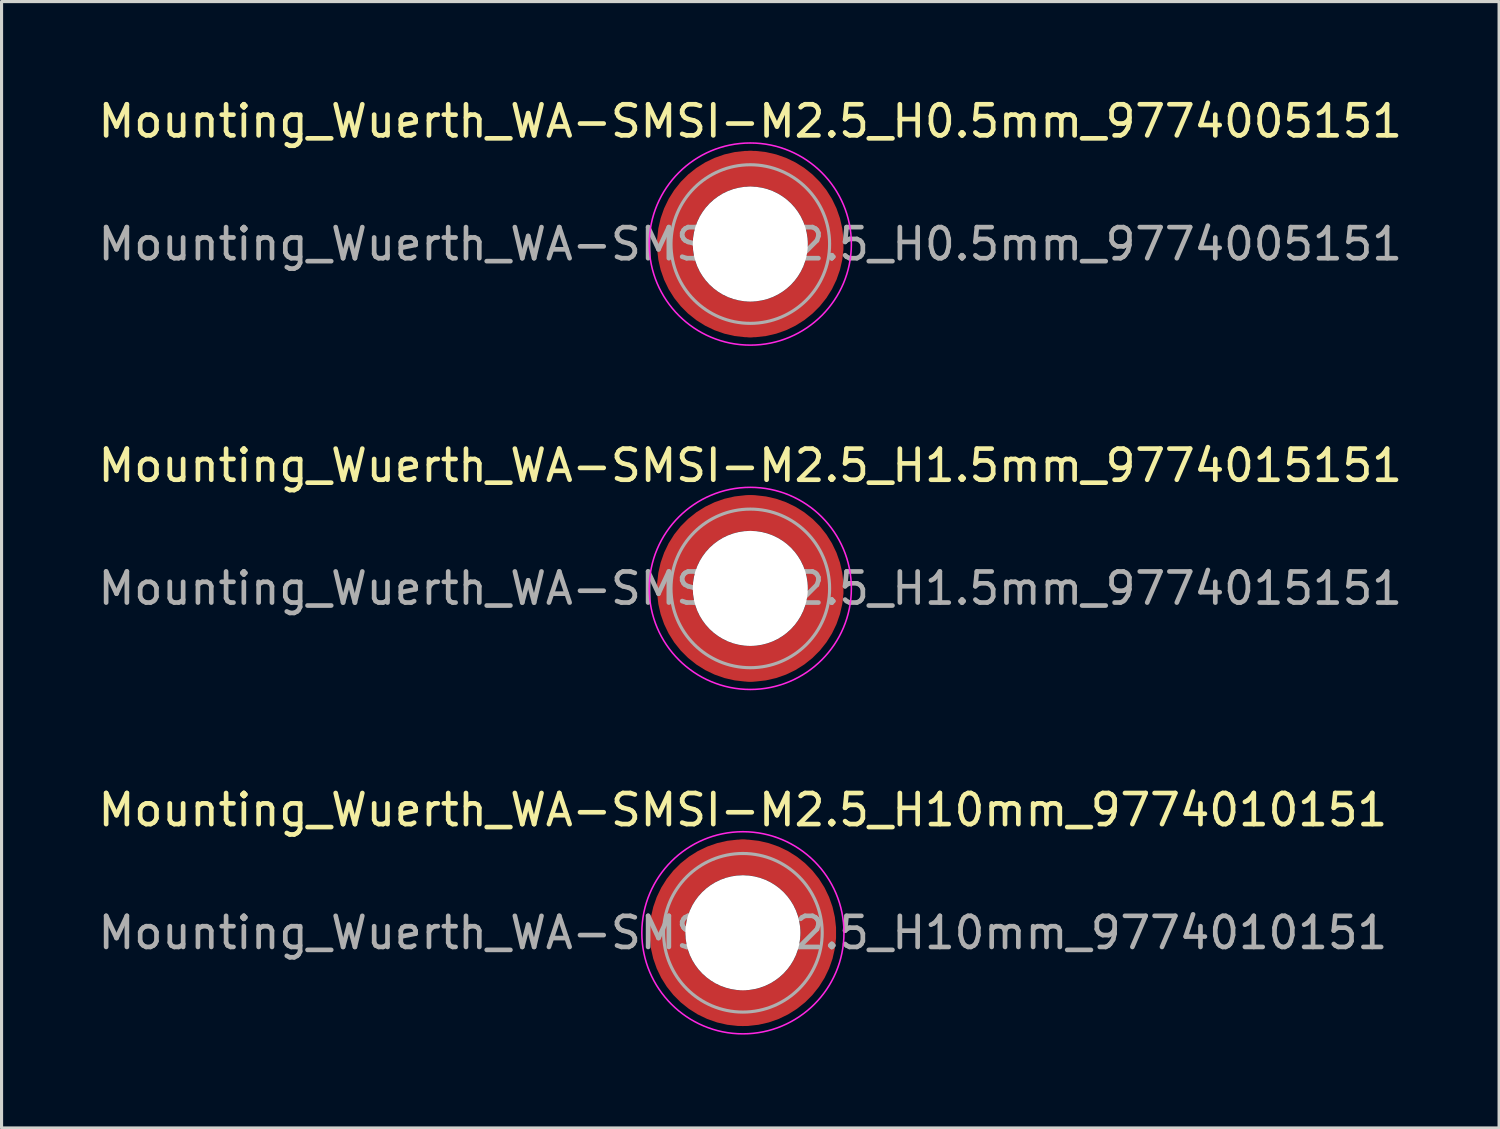
<source format=kicad_pcb>
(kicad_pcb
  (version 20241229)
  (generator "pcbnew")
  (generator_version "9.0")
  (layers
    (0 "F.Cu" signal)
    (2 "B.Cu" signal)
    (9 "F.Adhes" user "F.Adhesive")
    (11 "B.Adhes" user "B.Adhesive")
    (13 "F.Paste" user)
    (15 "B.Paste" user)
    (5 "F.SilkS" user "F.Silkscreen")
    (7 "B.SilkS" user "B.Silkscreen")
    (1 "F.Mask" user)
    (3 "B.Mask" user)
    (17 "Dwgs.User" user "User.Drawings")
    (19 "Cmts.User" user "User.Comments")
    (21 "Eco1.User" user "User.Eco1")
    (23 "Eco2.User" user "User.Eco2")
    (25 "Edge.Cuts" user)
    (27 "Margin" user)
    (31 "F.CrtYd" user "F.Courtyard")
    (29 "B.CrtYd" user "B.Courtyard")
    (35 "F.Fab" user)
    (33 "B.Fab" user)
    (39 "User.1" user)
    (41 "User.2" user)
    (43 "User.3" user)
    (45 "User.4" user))
  (footprint "Mounting_Wuerth_WA-SMSI-M2.5_H10mm_9774010151"
    (layer "F.Cu")
    (at 20.839 26.945)
    (property "Reference" "Mounting_Wuerth_WA-SMSI-M2.5_H10mm_9774010151" (at 0 -3.95 0) (layer "F.SilkS") (effects (font (size 1 1) (thickness 0.15))))
    (attr smd)
    (fp_circle (center 0 0) (end 3.25 0) (stroke (width 0.05) (type solid)) (fill no) (layer "F.CrtYd"))
    (fp_circle (center 0 0) (end 2.55 0) (stroke (width 0.1) (type solid)) (fill no) (layer "F.Fab"))
    (fp_text user "${REFERENCE}" (at 0 0 0) (layer "F.Fab") (effects (font (size 1 1) (thickness 0.15))))
    (pad "" smd custom (at -1.704 -1.704) (size 0.51 0.51) (layers "F.Paste") (options (anchor circle)) (primitives (gr_arc (start -0.250195 1.279127) (mid 0.289914 0.289914) (end 1.279127 -0.250195) (width 0.2)) (gr_arc (start -0.34334 1.279127) (mid 0.225488 0.225488) (end 1.279127 -0.34334) (width 0.2)) (gr_arc (start -0.436309 1.279127) (mid 0.161063 0.161063) (end 1.279127 -0.436309) (width 0.2)) (gr_arc (start -0.529126 1.279127) (mid 0.096638 0.096638) (end 1.279127 -0.529126) (width 0.2)) (gr_arc (start -0.621807 1.279127) (mid 0.032213 0.032213) (end 1.279127 -0.621807) (width 0.2)) (gr_arc (start -0.71437 1.279127) (mid -0.032213 -0.032213) (end 1.279127 -0.71437) (width 0.2)) (gr_arc (start -0.806826 1.279127) (mid -0.096638 -0.096638) (end 1.279127 -0.806826) (width 0.2)) (gr_arc (start -0.899187 1.279127) (mid -0.161063 -0.161063) (end 1.279127 -0.899187) (width 0.2)) (gr_arc (start -0.991463 1.279127) (mid -0.225488 -0.225488) (end 1.279127 -0.991463) (width 0.2)) (gr_arc (start -1.083663 1.279127) (mid -0.289914 -0.289914) (end 1.279127 -1.083663) (width 0.2)) (gr_line (start 1.279 -0.25) (end 1.279 -1.084) (width 0.2)) (gr_line (start -0.25 1.279) (end -1.084 1.279) (width 0.2))))
    (pad "" smd custom (at -1.704 1.704) (size 0.51 0.51) (layers "F.Paste") (options (anchor circle)) (primitives (gr_arc (start 1.279127 0.250195) (mid 0.289914 -0.289914) (end -0.250195 -1.279127) (width 0.2)) (gr_arc (start 1.279127 0.34334) (mid 0.225488 -0.225488) (end -0.34334 -1.279127) (width 0.2)) (gr_arc (start 1.279127 0.436309) (mid 0.161063 -0.161063) (end -0.436309 -1.279127) (width 0.2)) (gr_arc (start 1.279127 0.529126) (mid 0.096638 -0.096638) (end -0.529126 -1.279127) (width 0.2)) (gr_arc (start 1.279127 0.621807) (mid 0.032213 -0.032213) (end -0.621807 -1.279127) (width 0.2)) (gr_arc (start 1.279127 0.71437) (mid -0.032213 0.032213) (end -0.71437 -1.279127) (width 0.2)) (gr_arc (start 1.279127 0.806826) (mid -0.096638 0.096638) (end -0.806826 -1.279127) (width 0.2)) (gr_arc (start 1.279127 0.899187) (mid -0.161063 0.161063) (end -0.899187 -1.279127) (width 0.2)) (gr_arc (start 1.279127 0.991463) (mid -0.225488 0.225488) (end -0.991463 -1.279127) (width 0.2)) (gr_arc (start 1.279127 1.083663) (mid -0.289914 0.289914) (end -1.083663 -1.279127) (width 0.2)) (gr_line (start -0.25 -1.279) (end -1.084 -1.279) (width 0.2)) (gr_line (start 1.279 0.25) (end 1.279 1.084) (width 0.2))))
    (pad "" np_thru_hole circle (at 0 0) (size 3.7 3.7) (drill 3.7) (layers "*.Cu" "*.Mask"))
    (pad "" smd custom (at 1.704 -1.704) (size 0.51 0.51) (layers "F.Paste") (options (anchor circle)) (primitives (gr_arc (start -1.279127 -0.250195) (mid -0.289914 0.289914) (end 0.250195 1.279127) (width 0.2)) (gr_arc (start -1.279127 -0.34334) (mid -0.225488 0.225488) (end 0.34334 1.279127) (width 0.2)) (gr_arc (start -1.279127 -0.436309) (mid -0.161063 0.161063) (end 0.436309 1.279127) (width 0.2)) (gr_arc (start -1.279127 -0.529126) (mid -0.096638 0.096638) (end 0.529126 1.279127) (width 0.2)) (gr_arc (start -1.279127 -0.621807) (mid -0.032213 0.032213) (end 0.621807 1.279127) (width 0.2)) (gr_arc (start -1.279127 -0.71437) (mid 0.032213 -0.032213) (end 0.71437 1.279127) (width 0.2)) (gr_arc (start -1.279127 -0.806826) (mid 0.096638 -0.096638) (end 0.806826 1.279127) (width 0.2)) (gr_arc (start -1.279127 -0.899187) (mid 0.161063 -0.161063) (end 0.899187 1.279127) (width 0.2)) (gr_arc (start -1.279127 -0.991463) (mid 0.225488 -0.225488) (end 0.991463 1.279127) (width 0.2)) (gr_arc (start -1.279127 -1.083663) (mid 0.289914 -0.289914) (end 1.083663 1.279127) (width 0.2)) (gr_line (start 0.25 1.279) (end 1.084 1.279) (width 0.2)) (gr_line (start -1.279 -0.25) (end -1.279 -1.084) (width 0.2))))
    (pad "" smd custom (at 1.704 1.704) (size 0.51 0.51) (layers "F.Paste") (options (anchor circle)) (primitives (gr_arc (start 0.250195 -1.279127) (mid -0.289914 -0.289914) (end -1.279127 0.250195) (width 0.2)) (gr_arc (start 0.34334 -1.279127) (mid -0.225488 -0.225488) (end -1.279127 0.34334) (width 0.2)) (gr_arc (start 0.436309 -1.279127) (mid -0.161063 -0.161063) (end -1.279127 0.436309) (width 0.2)) (gr_arc (start 0.529126 -1.279127) (mid -0.096638 -0.096638) (end -1.279127 0.529126) (width 0.2)) (gr_arc (start 0.621807 -1.279127) (mid -0.032213 -0.032213) (end -1.279127 0.621807) (width 0.2)) (gr_arc (start 0.71437 -1.279127) (mid 0.032213 0.032213) (end -1.279127 0.71437) (width 0.2)) (gr_arc (start 0.806826 -1.279127) (mid 0.096638 0.096638) (end -1.279127 0.806826) (width 0.2)) (gr_arc (start 0.899187 -1.279127) (mid 0.161063 0.161063) (end -1.279127 0.899187) (width 0.2)) (gr_arc (start 0.991463 -1.279127) (mid 0.225488 0.225488) (end -1.279127 0.991463) (width 0.2)) (gr_arc (start 1.083663 -1.279127) (mid 0.289914 0.289914) (end -1.279127 1.083663) (width 0.2)) (gr_line (start -1.279 0.25) (end -1.279 1.084) (width 0.2)) (gr_line (start 0.25 -1.279) (end 1.084 -1.279) (width 0.2))))
    (pad "1" smd circle (at -2.425 0) (size 1.15 1.15) (layers "F.Cu"))
    (pad "1" smd circle (at 0 -2.425) (size 1.15 1.15) (layers "F.Cu"))
    (pad "1" smd circle (at 0 2.425) (size 1.15 1.15) (layers "F.Cu"))
    (pad "1" smd custom (at 2.425 0) (size 1.15 1.15) (layers "F.Cu" "F.Mask") (options (anchor circle)) (primitives (gr_circle (center -2.425 0) (end 0 0) (width 1.15) (fill no)))))
  (footprint "Mounting_Wuerth_WA-SMSI-M2.5_H0.5mm_9774005151"
    (layer "F.Cu")
    (at 21.077 4.798)
    (property "Reference" "Mounting_Wuerth_WA-SMSI-M2.5_H0.5mm_9774005151" (at 0 -3.95 0) (layer "F.SilkS") (effects (font (size 1 1) (thickness 0.15))))
    (attr smd)
    (fp_circle (center 0 0) (end 3.25 0) (stroke (width 0.05) (type solid)) (fill no) (layer "F.CrtYd"))
    (fp_circle (center 0 0) (end 2.55 0) (stroke (width 0.1) (type solid)) (fill no) (layer "F.Fab"))
    (fp_text user "${REFERENCE}" (at 0 0 0) (layer "F.Fab") (effects (font (size 1 1) (thickness 0.15))))
    (pad "" smd custom (at -1.704 -1.704) (size 0.51 0.51) (layers "F.Paste") (options (anchor circle)) (primitives (gr_arc (start -0.250195 1.279127) (mid 0.289914 0.289914) (end 1.279127 -0.250195) (width 0.2)) (gr_arc (start -0.34334 1.279127) (mid 0.225488 0.225488) (end 1.279127 -0.34334) (width 0.2)) (gr_arc (start -0.436309 1.279127) (mid 0.161063 0.161063) (end 1.279127 -0.436309) (width 0.2)) (gr_arc (start -0.529126 1.279127) (mid 0.096638 0.096638) (end 1.279127 -0.529126) (width 0.2)) (gr_arc (start -0.621807 1.279127) (mid 0.032213 0.032213) (end 1.279127 -0.621807) (width 0.2)) (gr_arc (start -0.71437 1.279127) (mid -0.032213 -0.032213) (end 1.279127 -0.71437) (width 0.2)) (gr_arc (start -0.806826 1.279127) (mid -0.096638 -0.096638) (end 1.279127 -0.806826) (width 0.2)) (gr_arc (start -0.899187 1.279127) (mid -0.161063 -0.161063) (end 1.279127 -0.899187) (width 0.2)) (gr_arc (start -0.991463 1.279127) (mid -0.225488 -0.225488) (end 1.279127 -0.991463) (width 0.2)) (gr_arc (start -1.083663 1.279127) (mid -0.289914 -0.289914) (end 1.279127 -1.083663) (width 0.2)) (gr_line (start 1.279 -0.25) (end 1.279 -1.084) (width 0.2)) (gr_line (start -0.25 1.279) (end -1.084 1.279) (width 0.2))))
    (pad "" smd custom (at -1.704 1.704) (size 0.51 0.51) (layers "F.Paste") (options (anchor circle)) (primitives (gr_arc (start 1.279127 0.250195) (mid 0.289914 -0.289914) (end -0.250195 -1.279127) (width 0.2)) (gr_arc (start 1.279127 0.34334) (mid 0.225488 -0.225488) (end -0.34334 -1.279127) (width 0.2)) (gr_arc (start 1.279127 0.436309) (mid 0.161063 -0.161063) (end -0.436309 -1.279127) (width 0.2)) (gr_arc (start 1.279127 0.529126) (mid 0.096638 -0.096638) (end -0.529126 -1.279127) (width 0.2)) (gr_arc (start 1.279127 0.621807) (mid 0.032213 -0.032213) (end -0.621807 -1.279127) (width 0.2)) (gr_arc (start 1.279127 0.71437) (mid -0.032213 0.032213) (end -0.71437 -1.279127) (width 0.2)) (gr_arc (start 1.279127 0.806826) (mid -0.096638 0.096638) (end -0.806826 -1.279127) (width 0.2)) (gr_arc (start 1.279127 0.899187) (mid -0.161063 0.161063) (end -0.899187 -1.279127) (width 0.2)) (gr_arc (start 1.279127 0.991463) (mid -0.225488 0.225488) (end -0.991463 -1.279127) (width 0.2)) (gr_arc (start 1.279127 1.083663) (mid -0.289914 0.289914) (end -1.083663 -1.279127) (width 0.2)) (gr_line (start -0.25 -1.279) (end -1.084 -1.279) (width 0.2)) (gr_line (start 1.279 0.25) (end 1.279 1.084) (width 0.2))))
    (pad "" np_thru_hole circle (at 0 0) (size 3.7 3.7) (drill 3.7) (layers "*.Cu" "*.Mask"))
    (pad "" smd custom (at 1.704 -1.704) (size 0.51 0.51) (layers "F.Paste") (options (anchor circle)) (primitives (gr_arc (start -1.279127 -0.250195) (mid -0.289914 0.289914) (end 0.250195 1.279127) (width 0.2)) (gr_arc (start -1.279127 -0.34334) (mid -0.225488 0.225488) (end 0.34334 1.279127) (width 0.2)) (gr_arc (start -1.279127 -0.436309) (mid -0.161063 0.161063) (end 0.436309 1.279127) (width 0.2)) (gr_arc (start -1.279127 -0.529126) (mid -0.096638 0.096638) (end 0.529126 1.279127) (width 0.2)) (gr_arc (start -1.279127 -0.621807) (mid -0.032213 0.032213) (end 0.621807 1.279127) (width 0.2)) (gr_arc (start -1.279127 -0.71437) (mid 0.032213 -0.032213) (end 0.71437 1.279127) (width 0.2)) (gr_arc (start -1.279127 -0.806826) (mid 0.096638 -0.096638) (end 0.806826 1.279127) (width 0.2)) (gr_arc (start -1.279127 -0.899187) (mid 0.161063 -0.161063) (end 0.899187 1.279127) (width 0.2)) (gr_arc (start -1.279127 -0.991463) (mid 0.225488 -0.225488) (end 0.991463 1.279127) (width 0.2)) (gr_arc (start -1.279127 -1.083663) (mid 0.289914 -0.289914) (end 1.083663 1.279127) (width 0.2)) (gr_line (start 0.25 1.279) (end 1.084 1.279) (width 0.2)) (gr_line (start -1.279 -0.25) (end -1.279 -1.084) (width 0.2))))
    (pad "" smd custom (at 1.704 1.704) (size 0.51 0.51) (layers "F.Paste") (options (anchor circle)) (primitives (gr_arc (start 0.250195 -1.279127) (mid -0.289914 -0.289914) (end -1.279127 0.250195) (width 0.2)) (gr_arc (start 0.34334 -1.279127) (mid -0.225488 -0.225488) (end -1.279127 0.34334) (width 0.2)) (gr_arc (start 0.436309 -1.279127) (mid -0.161063 -0.161063) (end -1.279127 0.436309) (width 0.2)) (gr_arc (start 0.529126 -1.279127) (mid -0.096638 -0.096638) (end -1.279127 0.529126) (width 0.2)) (gr_arc (start 0.621807 -1.279127) (mid -0.032213 -0.032213) (end -1.279127 0.621807) (width 0.2)) (gr_arc (start 0.71437 -1.279127) (mid 0.032213 0.032213) (end -1.279127 0.71437) (width 0.2)) (gr_arc (start 0.806826 -1.279127) (mid 0.096638 0.096638) (end -1.279127 0.806826) (width 0.2)) (gr_arc (start 0.899187 -1.279127) (mid 0.161063 0.161063) (end -1.279127 0.899187) (width 0.2)) (gr_arc (start 0.991463 -1.279127) (mid 0.225488 0.225488) (end -1.279127 0.991463) (width 0.2)) (gr_arc (start 1.083663 -1.279127) (mid 0.289914 0.289914) (end -1.279127 1.083663) (width 0.2)) (gr_line (start -1.279 0.25) (end -1.279 1.084) (width 0.2)) (gr_line (start 0.25 -1.279) (end 1.084 -1.279) (width 0.2))))
    (pad "1" smd circle (at -2.425 0) (size 1.15 1.15) (layers "F.Cu"))
    (pad "1" smd circle (at 0 -2.425) (size 1.15 1.15) (layers "F.Cu"))
    (pad "1" smd circle (at 0 2.425) (size 1.15 1.15) (layers "F.Cu"))
    (pad "1" smd custom (at 2.425 0) (size 1.15 1.15) (layers "F.Cu" "F.Mask") (options (anchor circle)) (primitives (gr_circle (center -2.425 0) (end 0 0) (width 1.15) (fill no)))))
  (footprint "Mounting_Wuerth_WA-SMSI-M2.5_H1.5mm_9774015151"
    (layer "F.Cu")
    (at 21.077 15.871)
    (property "Reference" "Mounting_Wuerth_WA-SMSI-M2.5_H1.5mm_9774015151" (at 0 -3.95 0) (layer "F.SilkS") (effects (font (size 1 1) (thickness 0.15))))
    (attr smd)
    (fp_circle (center 0 0) (end 3.25 0) (stroke (width 0.05) (type solid)) (fill no) (layer "F.CrtYd"))
    (fp_circle (center 0 0) (end 2.55 0) (stroke (width 0.1) (type solid)) (fill no) (layer "F.Fab"))
    (fp_text user "${REFERENCE}" (at 0 0 0) (layer "F.Fab") (effects (font (size 1 1) (thickness 0.15))))
    (pad "" smd custom (at -1.704 -1.704) (size 0.51 0.51) (layers "F.Paste") (options (anchor circle)) (primitives (gr_arc (start -0.250195 1.279127) (mid 0.289914 0.289914) (end 1.279127 -0.250195) (width 0.2)) (gr_arc (start -0.34334 1.279127) (mid 0.225488 0.225488) (end 1.279127 -0.34334) (width 0.2)) (gr_arc (start -0.436309 1.279127) (mid 0.161063 0.161063) (end 1.279127 -0.436309) (width 0.2)) (gr_arc (start -0.529126 1.279127) (mid 0.096638 0.096638) (end 1.279127 -0.529126) (width 0.2)) (gr_arc (start -0.621807 1.279127) (mid 0.032213 0.032213) (end 1.279127 -0.621807) (width 0.2)) (gr_arc (start -0.71437 1.279127) (mid -0.032213 -0.032213) (end 1.279127 -0.71437) (width 0.2)) (gr_arc (start -0.806826 1.279127) (mid -0.096638 -0.096638) (end 1.279127 -0.806826) (width 0.2)) (gr_arc (start -0.899187 1.279127) (mid -0.161063 -0.161063) (end 1.279127 -0.899187) (width 0.2)) (gr_arc (start -0.991463 1.279127) (mid -0.225488 -0.225488) (end 1.279127 -0.991463) (width 0.2)) (gr_arc (start -1.083663 1.279127) (mid -0.289914 -0.289914) (end 1.279127 -1.083663) (width 0.2)) (gr_line (start 1.279 -0.25) (end 1.279 -1.084) (width 0.2)) (gr_line (start -0.25 1.279) (end -1.084 1.279) (width 0.2))))
    (pad "" smd custom (at -1.704 1.704) (size 0.51 0.51) (layers "F.Paste") (options (anchor circle)) (primitives (gr_arc (start 1.279127 0.250195) (mid 0.289914 -0.289914) (end -0.250195 -1.279127) (width 0.2)) (gr_arc (start 1.279127 0.34334) (mid 0.225488 -0.225488) (end -0.34334 -1.279127) (width 0.2)) (gr_arc (start 1.279127 0.436309) (mid 0.161063 -0.161063) (end -0.436309 -1.279127) (width 0.2)) (gr_arc (start 1.279127 0.529126) (mid 0.096638 -0.096638) (end -0.529126 -1.279127) (width 0.2)) (gr_arc (start 1.279127 0.621807) (mid 0.032213 -0.032213) (end -0.621807 -1.279127) (width 0.2)) (gr_arc (start 1.279127 0.71437) (mid -0.032213 0.032213) (end -0.71437 -1.279127) (width 0.2)) (gr_arc (start 1.279127 0.806826) (mid -0.096638 0.096638) (end -0.806826 -1.279127) (width 0.2)) (gr_arc (start 1.279127 0.899187) (mid -0.161063 0.161063) (end -0.899187 -1.279127) (width 0.2)) (gr_arc (start 1.279127 0.991463) (mid -0.225488 0.225488) (end -0.991463 -1.279127) (width 0.2)) (gr_arc (start 1.279127 1.083663) (mid -0.289914 0.289914) (end -1.083663 -1.279127) (width 0.2)) (gr_line (start -0.25 -1.279) (end -1.084 -1.279) (width 0.2)) (gr_line (start 1.279 0.25) (end 1.279 1.084) (width 0.2))))
    (pad "" np_thru_hole circle (at 0 0) (size 3.7 3.7) (drill 3.7) (layers "*.Cu" "*.Mask"))
    (pad "" smd custom (at 1.704 -1.704) (size 0.51 0.51) (layers "F.Paste") (options (anchor circle)) (primitives (gr_arc (start -1.279127 -0.250195) (mid -0.289914 0.289914) (end 0.250195 1.279127) (width 0.2)) (gr_arc (start -1.279127 -0.34334) (mid -0.225488 0.225488) (end 0.34334 1.279127) (width 0.2)) (gr_arc (start -1.279127 -0.436309) (mid -0.161063 0.161063) (end 0.436309 1.279127) (width 0.2)) (gr_arc (start -1.279127 -0.529126) (mid -0.096638 0.096638) (end 0.529126 1.279127) (width 0.2)) (gr_arc (start -1.279127 -0.621807) (mid -0.032213 0.032213) (end 0.621807 1.279127) (width 0.2)) (gr_arc (start -1.279127 -0.71437) (mid 0.032213 -0.032213) (end 0.71437 1.279127) (width 0.2)) (gr_arc (start -1.279127 -0.806826) (mid 0.096638 -0.096638) (end 0.806826 1.279127) (width 0.2)) (gr_arc (start -1.279127 -0.899187) (mid 0.161063 -0.161063) (end 0.899187 1.279127) (width 0.2)) (gr_arc (start -1.279127 -0.991463) (mid 0.225488 -0.225488) (end 0.991463 1.279127) (width 0.2)) (gr_arc (start -1.279127 -1.083663) (mid 0.289914 -0.289914) (end 1.083663 1.279127) (width 0.2)) (gr_line (start 0.25 1.279) (end 1.084 1.279) (width 0.2)) (gr_line (start -1.279 -0.25) (end -1.279 -1.084) (width 0.2))))
    (pad "" smd custom (at 1.704 1.704) (size 0.51 0.51) (layers "F.Paste") (options (anchor circle)) (primitives (gr_arc (start 0.250195 -1.279127) (mid -0.289914 -0.289914) (end -1.279127 0.250195) (width 0.2)) (gr_arc (start 0.34334 -1.279127) (mid -0.225488 -0.225488) (end -1.279127 0.34334) (width 0.2)) (gr_arc (start 0.436309 -1.279127) (mid -0.161063 -0.161063) (end -1.279127 0.436309) (width 0.2)) (gr_arc (start 0.529126 -1.279127) (mid -0.096638 -0.096638) (end -1.279127 0.529126) (width 0.2)) (gr_arc (start 0.621807 -1.279127) (mid -0.032213 -0.032213) (end -1.279127 0.621807) (width 0.2)) (gr_arc (start 0.71437 -1.279127) (mid 0.032213 0.032213) (end -1.279127 0.71437) (width 0.2)) (gr_arc (start 0.806826 -1.279127) (mid 0.096638 0.096638) (end -1.279127 0.806826) (width 0.2)) (gr_arc (start 0.899187 -1.279127) (mid 0.161063 0.161063) (end -1.279127 0.899187) (width 0.2)) (gr_arc (start 0.991463 -1.279127) (mid 0.225488 0.225488) (end -1.279127 0.991463) (width 0.2)) (gr_arc (start 1.083663 -1.279127) (mid 0.289914 0.289914) (end -1.279127 1.083663) (width 0.2)) (gr_line (start -1.279 0.25) (end -1.279 1.084) (width 0.2)) (gr_line (start 0.25 -1.279) (end 1.084 -1.279) (width 0.2))))
    (pad "1" smd circle (at -2.425 0) (size 1.15 1.15) (layers "F.Cu"))
    (pad "1" smd circle (at 0 -2.425) (size 1.15 1.15) (layers "F.Cu"))
    (pad "1" smd circle (at 0 2.425) (size 1.15 1.15) (layers "F.Cu"))
    (pad "1" smd custom (at 2.425 0) (size 1.15 1.15) (layers "F.Cu" "F.Mask") (options (anchor circle)) (primitives (gr_circle (center -2.425 0) (end 0 0) (width 1.15) (fill no)))))
  (gr_rect
    (start -3 -3)
    (end 45.155 33.22)
    (stroke (width 0.1) (type default))
    (fill no)
    (layer "Edge.Cuts")))
</source>
